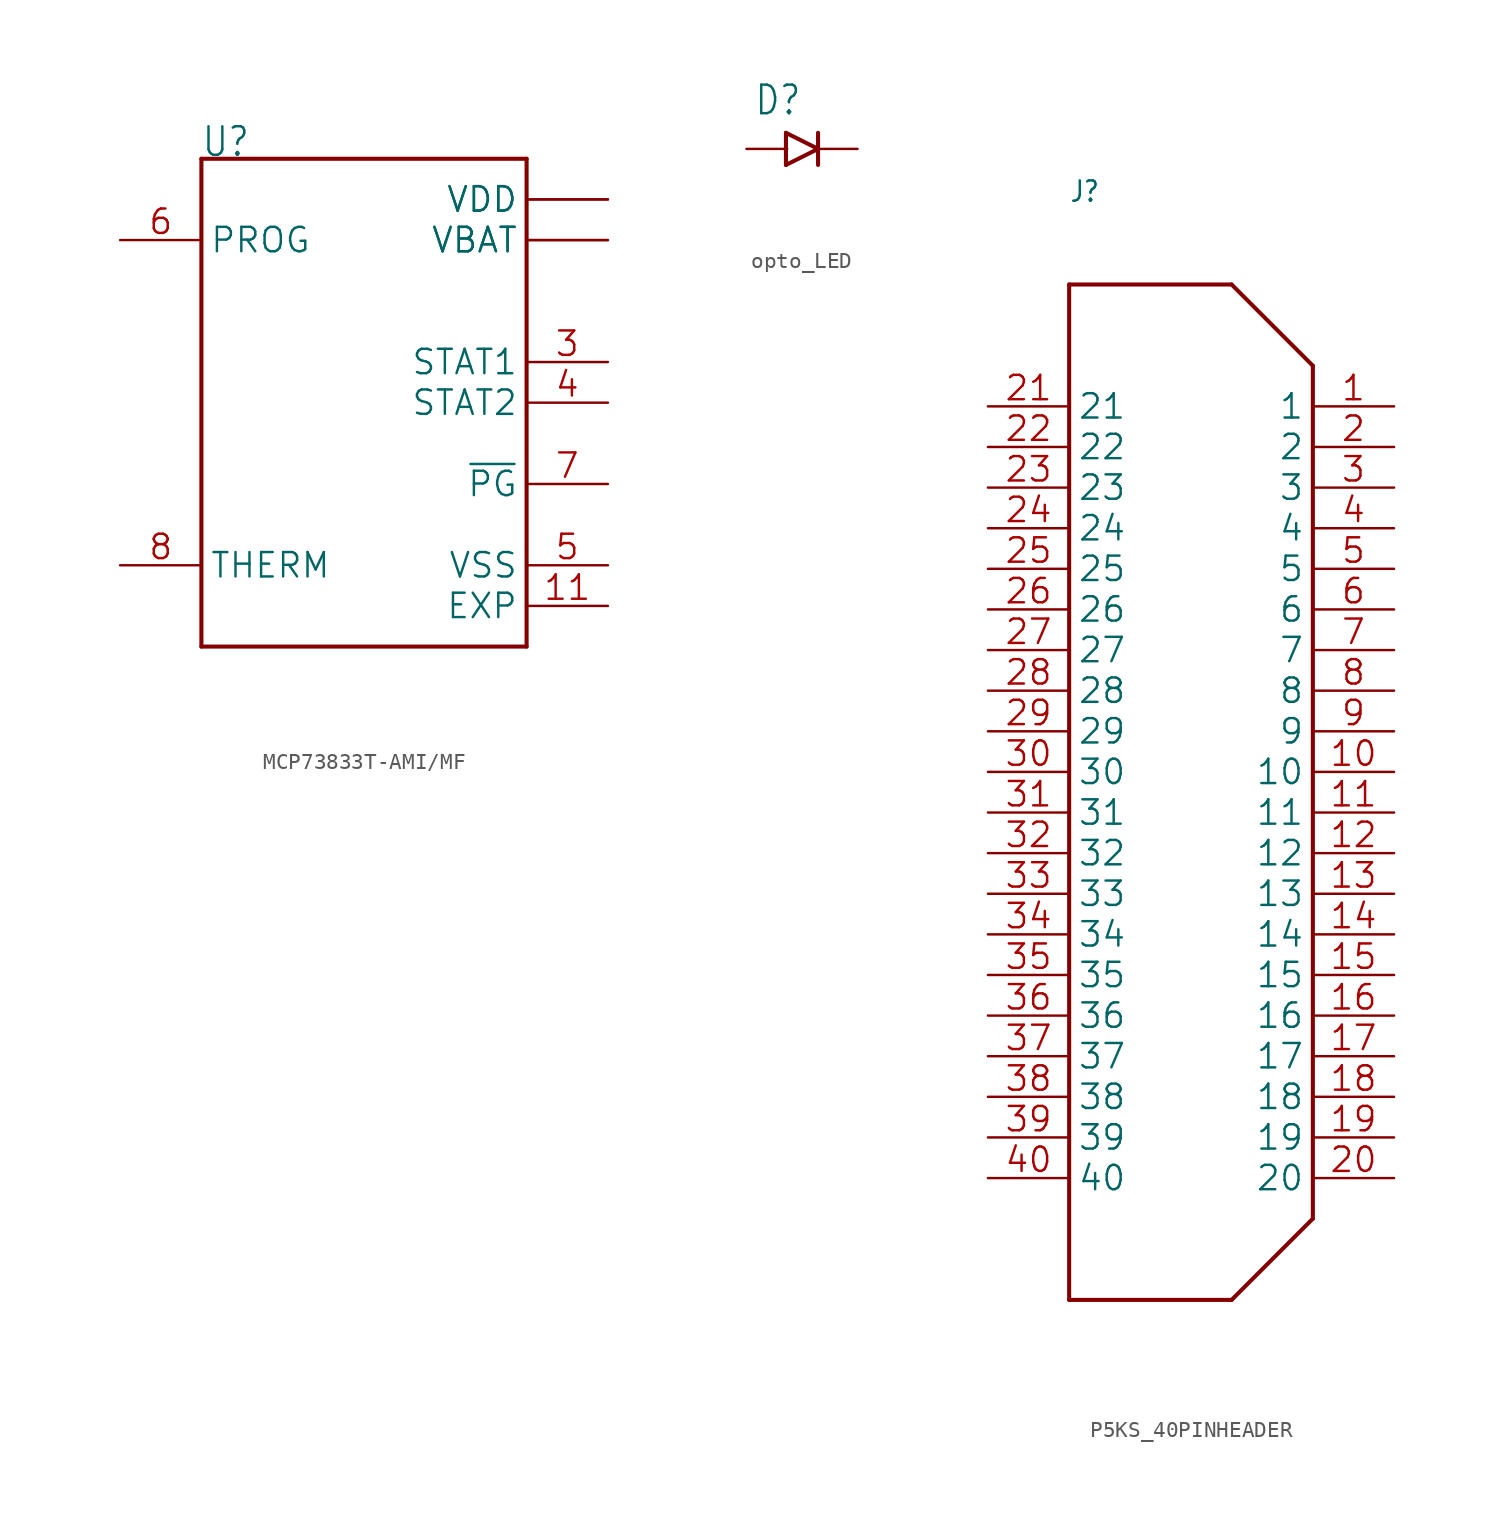
<source format=kicad_sym>
(kicad_symbol_lib
  (version 20241209)
  (generator "kicad_symbol_editor")
  (generator_version "9.0")
  (symbol "MCP73833T-AMI/MF"
    (property "Reference" "U"
      (at -10.177 15.265 0)
      (effects (font (size 1.781 1.514)) (justify left bottom)))
    (property "Value" ""
      (at -10.181 -17.816 0)
      (effects (font (size 1.782 1.514)) (justify left bottom)))
    (property "ki_locked" ""
      (at 0 0 0)
      (effects (font (size 1.27 1.27))))
    (symbol "MCP73833T-AMI/MF_1_0"
      (polyline (pts (xy -10.16 15.24) (xy 10.16 15.24)) (stroke (width 0.254) (type solid)) (fill (type none)))
      (polyline (pts (xy -10.16 -15.24) (xy -10.16 15.24)) (stroke (width 0.254) (type solid)) (fill (type none)))
      (polyline (pts (xy 10.16 15.24) (xy 10.16 -15.24)) (stroke (width 0.254) (type solid)) (fill (type none)))
      (polyline (pts (xy 10.16 -15.24) (xy -10.16 -15.24)) (stroke (width 0.254) (type solid)) (fill (type none)))
      (pin bidirectional line (at -15.24 10.16 0) (length 5.08) (name "PROG" (effects (font (size 1.524 1.524)))) (number "6" (effects (font (size 1.524 1.524)))))
      (pin bidirectional line (at -15.24 -10.16 0) (length 5.08) (name "THERM" (effects (font (size 1.524 1.524)))) (number "8" (effects (font (size 1.524 1.524)))))
      (pin bidirectional line (at 15.24 12.7 180) (length 5.08) (name "VDD" (effects (font (size 1.524 1.524)))) (number "1" (effects (font (size 0 0)))))
      (pin bidirectional line (at 15.24 12.7 180) (length 5.08) (name "VDD" (effects (font (size 1.524 1.524)))) (number "2" (effects (font (size 0 0)))))
      (pin bidirectional line (at 15.24 10.16 180) (length 5.08) (name "VBAT" (effects (font (size 1.524 1.524)))) (number "10" (effects (font (size 0 0)))))
      (pin bidirectional line (at 15.24 10.16 180) (length 5.08) (name "VBAT" (effects (font (size 1.524 1.524)))) (number "9" (effects (font (size 0 0)))))
      (pin bidirectional line (at 15.24 2.54 180) (length 5.08) (name "STAT1" (effects (font (size 1.524 1.524)))) (number "3" (effects (font (size 1.524 1.524)))))
      (pin bidirectional line (at 15.24 0 180) (length 5.08) (name "STAT2" (effects (font (size 1.524 1.524)))) (number "4" (effects (font (size 1.524 1.524)))))
      (pin bidirectional line (at 15.24 -5.08 180) (length 5.08) (name "~{PG}" (effects (font (size 1.524 1.524)))) (number "7" (effects (font (size 1.524 1.524)))))
      (pin bidirectional line (at 15.24 -10.16 180) (length 5.08) (name "VSS" (effects (font (size 1.524 1.524)))) (number "5" (effects (font (size 1.524 1.524)))))
      (pin bidirectional line (at 15.24 -12.7 180) (length 5.08) (name "EXP" (effects (font (size 1.524 1.524)))) (number "11" (effects (font (size 1.524 1.524)))))))
  (symbol "opto_LED"
    (property "Reference" "D"
      (at -3 2 0)
      (effects (font (size 1.778 1.511)) (justify left bottom)))
    (property "Value" ""
      (at -3 -5 0)
      (effects (font (size 1.778 1.511)) (justify left bottom)))
    (property "ki_locked" ""
      (at 0 0 0)
      (effects (font (size 1.27 1.27))))
    (symbol "opto_LED_1_0"
      (polyline (pts (xy -1 1) (xy -1 -1)) (stroke (width 0.254) (type solid)) (fill (type none)))
      (polyline (pts (xy -1 -1) (xy 1 0)) (stroke (width 0.254) (type solid)) (fill (type none)))
      (polyline (pts (xy 1 1) (xy 1 0)) (stroke (width 0.254) (type solid)) (fill (type none)))
      (polyline (pts (xy 1 0) (xy -1 1)) (stroke (width 0.254) (type solid)) (fill (type none)))
      (polyline (pts (xy 1 0) (xy 1 -1)) (stroke (width 0.254) (type solid)) (fill (type none)))
      (pin bidirectional line (at -3.46 0 0) (length 2.54) (name "1" (effects (font (size 0 0)))) (number "1" (effects (font (size 0 0)))))
      (pin bidirectional line (at 3.46 0 180) (length 2.54) (name "2" (effects (font (size 0 0)))) (number "2" (effects (font (size 0 0)))))))
  (symbol "P5KS_40PINHEADER"
    (property "Reference" "J"
      (at -7.62 7.62 0)
      (effects (font (size 1.27 1.079)) (justify left bottom)))
    (property "Value" ""
      (at -7.62 5.08 0)
      (effects (font (size 1.27 1.079)) (justify left bottom)))
    (property "ki_locked" ""
      (at 0 0 0)
      (effects (font (size 1.27 1.27))))
    (symbol "P5KS_40PINHEADER_1_0"
      (polyline (pts (xy -7.62 2.54) (xy 2.54 2.54)) (stroke (width 0.254) (type solid)) (fill (type none)))
      (polyline (pts (xy -7.62 -60.96) (xy -7.62 2.54)) (stroke (width 0.254) (type solid)) (fill (type none)))
      (polyline (pts (xy 2.54 2.54) (xy 7.62 -2.54)) (stroke (width 0.254) (type solid)) (fill (type none)))
      (polyline (pts (xy 2.54 -60.96) (xy -7.62 -60.96)) (stroke (width 0.254) (type solid)) (fill (type none)))
      (polyline (pts (xy 7.62 -2.54) (xy 7.62 -55.88)) (stroke (width 0.254) (type solid)) (fill (type none)))
      (polyline (pts (xy 7.62 -55.88) (xy 2.54 -60.96)) (stroke (width 0.254) (type solid)) (fill (type none)))
      (pin bidirectional line (at -12.7 -5.08 0) (length 5.08) (name "21" (effects (font (size 1.524 1.524)))) (number "21" (effects (font (size 1.524 1.524)))))
      (pin bidirectional line (at -12.7 -7.62 0) (length 5.08) (name "22" (effects (font (size 1.524 1.524)))) (number "22" (effects (font (size 1.524 1.524)))))
      (pin bidirectional line (at -12.7 -10.16 0) (length 5.08) (name "23" (effects (font (size 1.524 1.524)))) (number "23" (effects (font (size 1.524 1.524)))))
      (pin bidirectional line (at -12.7 -12.7 0) (length 5.08) (name "24" (effects (font (size 1.524 1.524)))) (number "24" (effects (font (size 1.524 1.524)))))
      (pin bidirectional line (at -12.7 -15.24 0) (length 5.08) (name "25" (effects (font (size 1.524 1.524)))) (number "25" (effects (font (size 1.524 1.524)))))
      (pin bidirectional line (at -12.7 -17.78 0) (length 5.08) (name "26" (effects (font (size 1.524 1.524)))) (number "26" (effects (font (size 1.524 1.524)))))
      (pin bidirectional line (at -12.7 -20.32 0) (length 5.08) (name "27" (effects (font (size 1.524 1.524)))) (number "27" (effects (font (size 1.524 1.524)))))
      (pin bidirectional line (at -12.7 -22.86 0) (length 5.08) (name "28" (effects (font (size 1.524 1.524)))) (number "28" (effects (font (size 1.524 1.524)))))
      (pin bidirectional line (at -12.7 -25.4 0) (length 5.08) (name "29" (effects (font (size 1.524 1.524)))) (number "29" (effects (font (size 1.524 1.524)))))
      (pin bidirectional line (at -12.7 -27.94 0) (length 5.08) (name "30" (effects (font (size 1.524 1.524)))) (number "30" (effects (font (size 1.524 1.524)))))
      (pin bidirectional line (at -12.7 -30.48 0) (length 5.08) (name "31" (effects (font (size 1.524 1.524)))) (number "31" (effects (font (size 1.524 1.524)))))
      (pin bidirectional line (at -12.7 -33.02 0) (length 5.08) (name "32" (effects (font (size 1.524 1.524)))) (number "32" (effects (font (size 1.524 1.524)))))
      (pin bidirectional line (at -12.7 -35.56 0) (length 5.08) (name "33" (effects (font (size 1.524 1.524)))) (number "33" (effects (font (size 1.524 1.524)))))
      (pin bidirectional line (at -12.7 -38.1 0) (length 5.08) (name "34" (effects (font (size 1.524 1.524)))) (number "34" (effects (font (size 1.524 1.524)))))
      (pin bidirectional line (at -12.7 -40.64 0) (length 5.08) (name "35" (effects (font (size 1.524 1.524)))) (number "35" (effects (font (size 1.524 1.524)))))
      (pin bidirectional line (at -12.7 -43.18 0) (length 5.08) (name "36" (effects (font (size 1.524 1.524)))) (number "36" (effects (font (size 1.524 1.524)))))
      (pin bidirectional line (at -12.7 -45.72 0) (length 5.08) (name "37" (effects (font (size 1.524 1.524)))) (number "37" (effects (font (size 1.524 1.524)))))
      (pin bidirectional line (at -12.7 -48.26 0) (length 5.08) (name "38" (effects (font (size 1.524 1.524)))) (number "38" (effects (font (size 1.524 1.524)))))
      (pin bidirectional line (at -12.7 -50.8 0) (length 5.08) (name "39" (effects (font (size 1.524 1.524)))) (number "39" (effects (font (size 1.524 1.524)))))
      (pin bidirectional line (at -12.7 -53.34 0) (length 5.08) (name "40" (effects (font (size 1.524 1.524)))) (number "40" (effects (font (size 1.524 1.524)))))
      (pin bidirectional line (at 12.7 -5.08 180) (length 5.08) (name "1" (effects (font (size 1.524 1.524)))) (number "1" (effects (font (size 1.524 1.524)))))
      (pin bidirectional line (at 12.7 -7.62 180) (length 5.08) (name "2" (effects (font (size 1.524 1.524)))) (number "2" (effects (font (size 1.524 1.524)))))
      (pin bidirectional line (at 12.7 -10.16 180) (length 5.08) (name "3" (effects (font (size 1.524 1.524)))) (number "3" (effects (font (size 1.524 1.524)))))
      (pin bidirectional line (at 12.7 -12.7 180) (length 5.08) (name "4" (effects (font (size 1.524 1.524)))) (number "4" (effects (font (size 1.524 1.524)))))
      (pin bidirectional line (at 12.7 -15.24 180) (length 5.08) (name "5" (effects (font (size 1.524 1.524)))) (number "5" (effects (font (size 1.524 1.524)))))
      (pin bidirectional line (at 12.7 -17.78 180) (length 5.08) (name "6" (effects (font (size 1.524 1.524)))) (number "6" (effects (font (size 1.524 1.524)))))
      (pin bidirectional line (at 12.7 -20.32 180) (length 5.08) (name "7" (effects (font (size 1.524 1.524)))) (number "7" (effects (font (size 1.524 1.524)))))
      (pin bidirectional line (at 12.7 -22.86 180) (length 5.08) (name "8" (effects (font (size 1.524 1.524)))) (number "8" (effects (font (size 1.524 1.524)))))
      (pin bidirectional line (at 12.7 -25.4 180) (length 5.08) (name "9" (effects (font (size 1.524 1.524)))) (number "9" (effects (font (size 1.524 1.524)))))
      (pin bidirectional line (at 12.7 -27.94 180) (length 5.08) (name "10" (effects (font (size 1.524 1.524)))) (number "10" (effects (font (size 1.524 1.524)))))
      (pin bidirectional line (at 12.7 -30.48 180) (length 5.08) (name "11" (effects (font (size 1.524 1.524)))) (number "11" (effects (font (size 1.524 1.524)))))
      (pin bidirectional line (at 12.7 -33.02 180) (length 5.08) (name "12" (effects (font (size 1.524 1.524)))) (number "12" (effects (font (size 1.524 1.524)))))
      (pin bidirectional line (at 12.7 -35.56 180) (length 5.08) (name "13" (effects (font (size 1.524 1.524)))) (number "13" (effects (font (size 1.524 1.524)))))
      (pin bidirectional line (at 12.7 -38.1 180) (length 5.08) (name "14" (effects (font (size 1.524 1.524)))) (number "14" (effects (font (size 1.524 1.524)))))
      (pin bidirectional line (at 12.7 -40.64 180) (length 5.08) (name "15" (effects (font (size 1.524 1.524)))) (number "15" (effects (font (size 1.524 1.524)))))
      (pin bidirectional line (at 12.7 -43.18 180) (length 5.08) (name "16" (effects (font (size 1.524 1.524)))) (number "16" (effects (font (size 1.524 1.524)))))
      (pin bidirectional line (at 12.7 -45.72 180) (length 5.08) (name "17" (effects (font (size 1.524 1.524)))) (number "17" (effects (font (size 1.524 1.524)))))
      (pin bidirectional line (at 12.7 -48.26 180) (length 5.08) (name "18" (effects (font (size 1.524 1.524)))) (number "18" (effects (font (size 1.524 1.524)))))
      (pin bidirectional line (at 12.7 -50.8 180) (length 5.08) (name "19" (effects (font (size 1.524 1.524)))) (number "19" (effects (font (size 1.524 1.524)))))
      (pin bidirectional line (at 12.7 -53.34 180) (length 5.08) (name "20" (effects (font (size 1.524 1.524)))) (number "20" (effects (font (size 1.524 1.524))))))))
</source>
